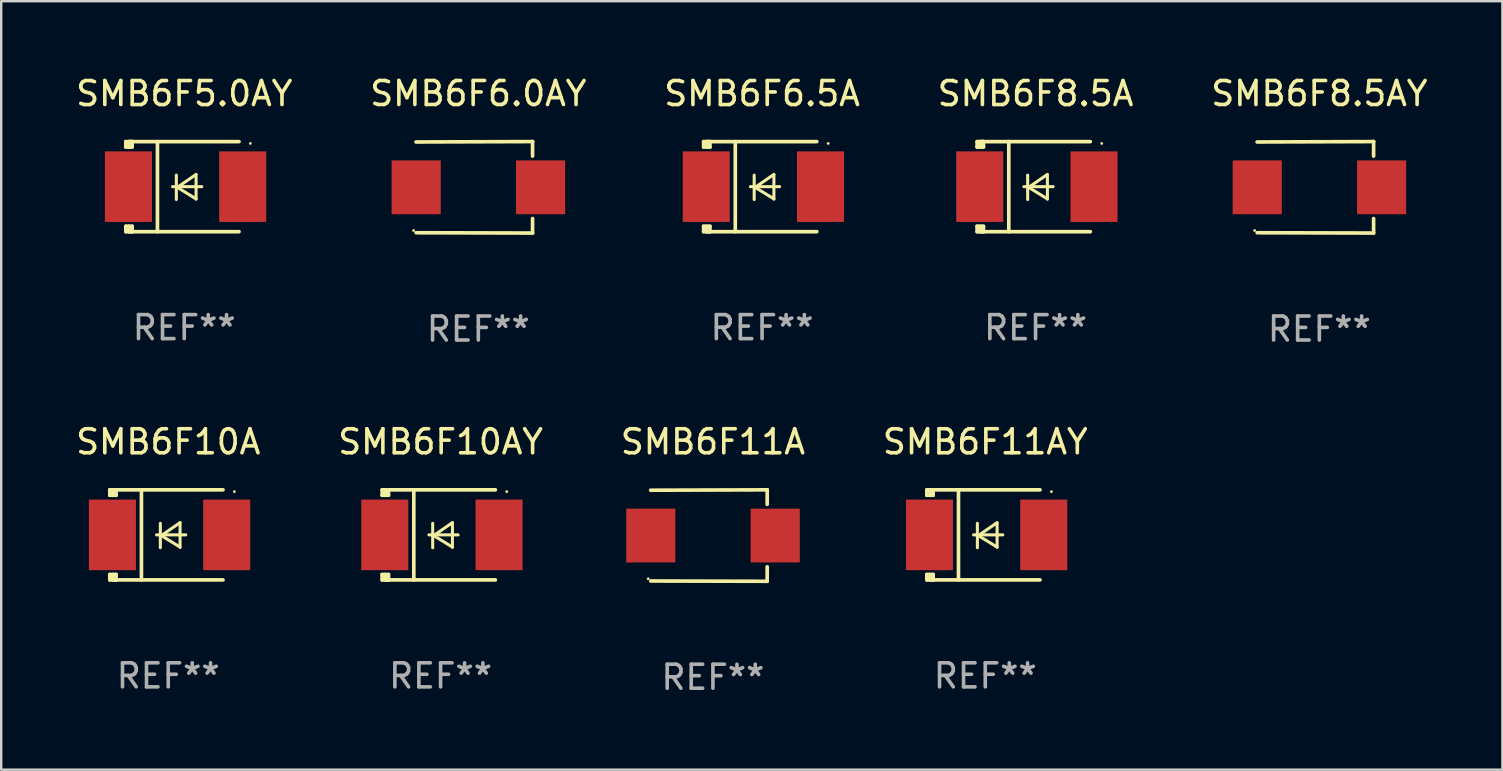
<source format=kicad_pcb>
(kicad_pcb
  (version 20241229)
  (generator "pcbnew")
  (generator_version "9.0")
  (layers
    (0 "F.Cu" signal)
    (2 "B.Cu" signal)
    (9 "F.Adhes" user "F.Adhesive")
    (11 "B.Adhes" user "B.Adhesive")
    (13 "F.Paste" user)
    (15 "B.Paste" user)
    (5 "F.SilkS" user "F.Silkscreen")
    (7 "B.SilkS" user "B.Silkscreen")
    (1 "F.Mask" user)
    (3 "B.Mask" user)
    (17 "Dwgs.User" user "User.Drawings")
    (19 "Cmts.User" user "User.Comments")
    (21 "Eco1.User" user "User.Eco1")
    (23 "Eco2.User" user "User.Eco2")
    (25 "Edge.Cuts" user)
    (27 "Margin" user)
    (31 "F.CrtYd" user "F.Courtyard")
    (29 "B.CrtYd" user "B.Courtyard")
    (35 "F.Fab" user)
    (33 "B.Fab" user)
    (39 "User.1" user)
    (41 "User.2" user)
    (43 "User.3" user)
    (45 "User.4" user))
  (footprint "SMB6F6.5A"
    (layer "F.Cu")
    (at 28.696 4.725)
    (property "Reference" "SMB6F6.5A" (at 0 -3.876 0) (layer "F.SilkS") (effects (font (size 1 1) (thickness 0.15))))
    (attr through_hole)
    (fp_line (start -2.435 1.65) (end -2.171 1.65) (stroke (width 0.152) (type solid)) (layer "F.SilkS"))
    (fp_line (start -2.435 1.876) (end -2.435 1.65) (stroke (width 0.152) (type solid)) (layer "F.SilkS"))
    (fp_line (start -2.435 -1.876) (end -2.171 -1.876) (stroke (width 0.152) (type solid)) (layer "F.SilkS"))
    (fp_line (start -2.435 -1.65) (end -2.435 -1.876) (stroke (width 0.152) (type solid)) (layer "F.SilkS"))
    (fp_line (start -2.305 -1.866) (end -2.295 -1.876) (stroke (width 0.152) (type solid)) (layer "F.SilkS"))
    (fp_line (start -2.305 -1.65) (end -2.305 -1.866) (stroke (width 0.152) (type solid)) (layer "F.SilkS"))
    (fp_line (start -2.305 1.876) (end -2.305 1.65) (stroke (width 0.152) (type solid)) (layer "F.SilkS"))
    (fp_line (start -2.295 -1.876) (end -2.295 -1.65) (stroke (width 0.152) (type solid)) (layer "F.SilkS"))
    (fp_line (start -2.171 1.876) (end -2.435 1.876) (stroke (width 0.152) (type solid)) (layer "F.SilkS"))
    (fp_line (start -2.171 -1.65) (end -2.435 -1.65) (stroke (width 0.152) (type solid)) (layer "F.SilkS"))
    (fp_line (start -2.171 -1.876) (end -2.295 -1.876) (stroke (width 0.152) (type solid)) (layer "F.SilkS"))
    (fp_line (start -2.171 -1.65) (end -2.171 -1.876) (stroke (width 0.152) (type solid)) (layer "F.SilkS"))
    (fp_line (start -2.171 1.876) (end -2.305 1.876) (stroke (width 0.152) (type solid)) (layer "F.SilkS"))
    (fp_line (start -2.171 1.876) (end -2.171 1.65) (stroke (width 0.152) (type solid)) (layer "F.SilkS"))
    (fp_line (start -1.116 1.876) (end -1.116 -1.876) (stroke (width 0.152) (type solid)) (layer "F.SilkS"))
    (fp_line (start -0.488 0.000102) (end 0.731 0.000102) (stroke (width 0.127) (type solid)) (layer "F.SilkS"))
    (fp_line (start -0.329 -0.48) (end -0.329 0.536) (stroke (width 0.127) (type solid)) (layer "F.SilkS"))
    (fp_line (start -0.29 0.03) (end 0.493 0.51) (stroke (width 0.127) (type solid)) (layer "F.SilkS"))
    (fp_line (start 0.493 -0.51) (end -0.29 0.03) (stroke (width 0.127) (type solid)) (layer "F.SilkS"))
    (fp_line (start 0.493 0.52) (end 0.493 -0.496) (stroke (width 0.127) (type solid)) (layer "F.SilkS"))
    (fp_line (start 2.281 -1.876) (end -2.171 -1.876) (stroke (width 0.152) (type solid)) (layer "F.SilkS"))
    (fp_line (start 2.281 1.876) (end -2.171 1.876) (stroke (width 0.152) (type solid)) (layer "F.SilkS"))
    (fp_circle (center 2.755 -1.8) (end 2.785 -1.8) (stroke (width 0.06) (type solid)) (fill no) (layer "F.SilkS"))
    (fp_text user "REF**" (at 0 5.876 0) (layer "F.Fab") (effects (font (size 1 1) (thickness 0.15))))
    (pad "1" smd rect (at 2.435 -0.000025 180) (size 1.96 2.94) (layers "F.Cu" "F.Mask" "F.Paste"))
    (pad "2" smd rect (at -2.325 -0.000025 180) (size 1.96 2.94) (layers "F.Cu" "F.Mask" "F.Paste")))
  (footprint "SMB6F5.0AY"
    (layer "F.Cu")
    (at 4.625 4.725)
    (property "Reference" "SMB6F5.0AY" (at 0 -3.876 0) (layer "F.SilkS") (effects (font (size 1 1) (thickness 0.15))))
    (attr through_hole)
    (fp_line (start -2.435 1.65) (end -2.171 1.65) (stroke (width 0.152) (type solid)) (layer "F.SilkS"))
    (fp_line (start -2.435 1.876) (end -2.435 1.65) (stroke (width 0.152) (type solid)) (layer "F.SilkS"))
    (fp_line (start -2.435 -1.876) (end -2.171 -1.876) (stroke (width 0.152) (type solid)) (layer "F.SilkS"))
    (fp_line (start -2.435 -1.65) (end -2.435 -1.876) (stroke (width 0.152) (type solid)) (layer "F.SilkS"))
    (fp_line (start -2.305 -1.866) (end -2.295 -1.876) (stroke (width 0.152) (type solid)) (layer "F.SilkS"))
    (fp_line (start -2.305 -1.65) (end -2.305 -1.866) (stroke (width 0.152) (type solid)) (layer "F.SilkS"))
    (fp_line (start -2.305 1.876) (end -2.305 1.65) (stroke (width 0.152) (type solid)) (layer "F.SilkS"))
    (fp_line (start -2.295 -1.876) (end -2.295 -1.65) (stroke (width 0.152) (type solid)) (layer "F.SilkS"))
    (fp_line (start -2.171 1.876) (end -2.435 1.876) (stroke (width 0.152) (type solid)) (layer "F.SilkS"))
    (fp_line (start -2.171 -1.65) (end -2.435 -1.65) (stroke (width 0.152) (type solid)) (layer "F.SilkS"))
    (fp_line (start -2.171 -1.876) (end -2.295 -1.876) (stroke (width 0.152) (type solid)) (layer "F.SilkS"))
    (fp_line (start -2.171 -1.65) (end -2.171 -1.876) (stroke (width 0.152) (type solid)) (layer "F.SilkS"))
    (fp_line (start -2.171 1.876) (end -2.305 1.876) (stroke (width 0.152) (type solid)) (layer "F.SilkS"))
    (fp_line (start -2.171 1.876) (end -2.171 1.65) (stroke (width 0.152) (type solid)) (layer "F.SilkS"))
    (fp_line (start -1.116 1.876) (end -1.116 -1.876) (stroke (width 0.152) (type solid)) (layer "F.SilkS"))
    (fp_line (start -0.488 0.000102) (end 0.731 0.000102) (stroke (width 0.127) (type solid)) (layer "F.SilkS"))
    (fp_line (start -0.329 -0.48) (end -0.329 0.536) (stroke (width 0.127) (type solid)) (layer "F.SilkS"))
    (fp_line (start -0.29 0.03) (end 0.493 0.51) (stroke (width 0.127) (type solid)) (layer "F.SilkS"))
    (fp_line (start 0.493 -0.51) (end -0.29 0.03) (stroke (width 0.127) (type solid)) (layer "F.SilkS"))
    (fp_line (start 0.493 0.52) (end 0.493 -0.496) (stroke (width 0.127) (type solid)) (layer "F.SilkS"))
    (fp_line (start 2.281 -1.876) (end -2.171 -1.876) (stroke (width 0.152) (type solid)) (layer "F.SilkS"))
    (fp_line (start 2.281 1.876) (end -2.171 1.876) (stroke (width 0.152) (type solid)) (layer "F.SilkS"))
    (fp_circle (center 2.755 -1.8) (end 2.785 -1.8) (stroke (width 0.06) (type solid)) (fill no) (layer "F.SilkS"))
    (fp_text user "REF**" (at 0 5.876 0) (layer "F.Fab") (effects (font (size 1 1) (thickness 0.15))))
    (pad "1" smd rect (at 2.435 -0.000025 180) (size 1.96 2.94) (layers "F.Cu" "F.Mask" "F.Paste"))
    (pad "2" smd rect (at -2.325 -0.000025 180) (size 1.96 2.94) (layers "F.Cu" "F.Mask" "F.Paste")))
  (footprint "SMB6F6.0AY"
    (layer "F.Cu")
    (at 16.875 4.753)
    (property "Reference" "SMB6F6.0AY" (at 0 -3.905 0) (layer "F.SilkS") (effects (font (size 1 1) (thickness 0.15))))
    (attr through_hole)
    (fp_line (start 2.256 -1.905) (end -2.594 -1.889) (stroke (width 0.152) (type solid)) (layer "F.SilkS"))
    (fp_line (start 2.256 -1.905) (end 2.26 -1.905) (stroke (width 0.152) (type solid)) (layer "F.SilkS"))
    (fp_line (start 2.26 -1.905) (end 2.26 -1.301) (stroke (width 0.152) (type solid)) (layer "F.SilkS"))
    (fp_line (start 2.26 1.301) (end 2.26 1.905) (stroke (width 0.152) (type solid)) (layer "F.SilkS"))
    (fp_line (start 2.26 1.905) (end -2.59 1.892) (stroke (width 0.152) (type solid)) (layer "F.SilkS"))
    (fp_circle (center -2.697 1.8) (end -2.667 1.8) (stroke (width 0.06) (type solid)) (fill no) (layer "F.SilkS"))
    (fp_text user "REF**" (at 0 5.905 0) (layer "F.Fab") (effects (font (size 1 1) (thickness 0.15))))
    (pad "1" smd rect (at -2.588 0) (size 2.047 2.241) (layers "F.Cu" "F.Mask" "F.Paste"))
    (pad "2" smd rect (at 2.594 0) (size 2.047 2.241) (layers "F.Cu" "F.Mask" "F.Paste")))
  (footprint "SMB6F11AY"
    (layer "F.Cu")
    (at 37.994 19.231)
    (property "Reference" "SMB6F11AY" (at 0 -3.876 0) (layer "F.SilkS") (effects (font (size 1 1) (thickness 0.15))))
    (attr through_hole)
    (fp_line (start -2.435 1.65) (end -2.171 1.65) (stroke (width 0.152) (type solid)) (layer "F.SilkS"))
    (fp_line (start -2.435 1.876) (end -2.435 1.65) (stroke (width 0.152) (type solid)) (layer "F.SilkS"))
    (fp_line (start -2.435 -1.876) (end -2.171 -1.876) (stroke (width 0.152) (type solid)) (layer "F.SilkS"))
    (fp_line (start -2.435 -1.65) (end -2.435 -1.876) (stroke (width 0.152) (type solid)) (layer "F.SilkS"))
    (fp_line (start -2.305 -1.866) (end -2.295 -1.876) (stroke (width 0.152) (type solid)) (layer "F.SilkS"))
    (fp_line (start -2.305 -1.65) (end -2.305 -1.866) (stroke (width 0.152) (type solid)) (layer "F.SilkS"))
    (fp_line (start -2.305 1.876) (end -2.305 1.65) (stroke (width 0.152) (type solid)) (layer "F.SilkS"))
    (fp_line (start -2.295 -1.876) (end -2.295 -1.65) (stroke (width 0.152) (type solid)) (layer "F.SilkS"))
    (fp_line (start -2.171 1.876) (end -2.435 1.876) (stroke (width 0.152) (type solid)) (layer "F.SilkS"))
    (fp_line (start -2.171 -1.65) (end -2.435 -1.65) (stroke (width 0.152) (type solid)) (layer "F.SilkS"))
    (fp_line (start -2.171 -1.876) (end -2.295 -1.876) (stroke (width 0.152) (type solid)) (layer "F.SilkS"))
    (fp_line (start -2.171 -1.65) (end -2.171 -1.876) (stroke (width 0.152) (type solid)) (layer "F.SilkS"))
    (fp_line (start -2.171 1.876) (end -2.305 1.876) (stroke (width 0.152) (type solid)) (layer "F.SilkS"))
    (fp_line (start -2.171 1.876) (end -2.171 1.65) (stroke (width 0.152) (type solid)) (layer "F.SilkS"))
    (fp_line (start -1.116 1.876) (end -1.116 -1.876) (stroke (width 0.152) (type solid)) (layer "F.SilkS"))
    (fp_line (start -0.488 0.000102) (end 0.731 0.000102) (stroke (width 0.127) (type solid)) (layer "F.SilkS"))
    (fp_line (start -0.329 -0.48) (end -0.329 0.536) (stroke (width 0.127) (type solid)) (layer "F.SilkS"))
    (fp_line (start -0.29 0.03) (end 0.493 0.51) (stroke (width 0.127) (type solid)) (layer "F.SilkS"))
    (fp_line (start 0.493 -0.51) (end -0.29 0.03) (stroke (width 0.127) (type solid)) (layer "F.SilkS"))
    (fp_line (start 0.493 0.52) (end 0.493 -0.496) (stroke (width 0.127) (type solid)) (layer "F.SilkS"))
    (fp_line (start 2.281 -1.876) (end -2.171 -1.876) (stroke (width 0.152) (type solid)) (layer "F.SilkS"))
    (fp_line (start 2.281 1.876) (end -2.171 1.876) (stroke (width 0.152) (type solid)) (layer "F.SilkS"))
    (fp_circle (center 2.755 -1.8) (end 2.785 -1.8) (stroke (width 0.06) (type solid)) (fill no) (layer "F.SilkS"))
    (fp_text user "REF**" (at 0 5.876 0) (layer "F.Fab") (effects (font (size 1 1) (thickness 0.15))))
    (pad "1" smd rect (at 2.435 -0.000025 180) (size 1.96 2.94) (layers "F.Cu" "F.Mask" "F.Paste"))
    (pad "2" smd rect (at -2.325 -0.000025 180) (size 1.96 2.94) (layers "F.Cu" "F.Mask" "F.Paste")))
  (footprint "SMB6F10AY"
    (layer "F.Cu")
    (at 15.304 19.231)
    (property "Reference" "SMB6F10AY" (at 0 -3.876 0) (layer "F.SilkS") (effects (font (size 1 1) (thickness 0.15))))
    (attr through_hole)
    (fp_line (start -2.435 1.65) (end -2.171 1.65) (stroke (width 0.152) (type solid)) (layer "F.SilkS"))
    (fp_line (start -2.435 1.876) (end -2.435 1.65) (stroke (width 0.152) (type solid)) (layer "F.SilkS"))
    (fp_line (start -2.435 -1.876) (end -2.171 -1.876) (stroke (width 0.152) (type solid)) (layer "F.SilkS"))
    (fp_line (start -2.435 -1.65) (end -2.435 -1.876) (stroke (width 0.152) (type solid)) (layer "F.SilkS"))
    (fp_line (start -2.305 -1.866) (end -2.295 -1.876) (stroke (width 0.152) (type solid)) (layer "F.SilkS"))
    (fp_line (start -2.305 -1.65) (end -2.305 -1.866) (stroke (width 0.152) (type solid)) (layer "F.SilkS"))
    (fp_line (start -2.305 1.876) (end -2.305 1.65) (stroke (width 0.152) (type solid)) (layer "F.SilkS"))
    (fp_line (start -2.295 -1.876) (end -2.295 -1.65) (stroke (width 0.152) (type solid)) (layer "F.SilkS"))
    (fp_line (start -2.171 1.876) (end -2.435 1.876) (stroke (width 0.152) (type solid)) (layer "F.SilkS"))
    (fp_line (start -2.171 -1.65) (end -2.435 -1.65) (stroke (width 0.152) (type solid)) (layer "F.SilkS"))
    (fp_line (start -2.171 -1.876) (end -2.295 -1.876) (stroke (width 0.152) (type solid)) (layer "F.SilkS"))
    (fp_line (start -2.171 -1.65) (end -2.171 -1.876) (stroke (width 0.152) (type solid)) (layer "F.SilkS"))
    (fp_line (start -2.171 1.876) (end -2.305 1.876) (stroke (width 0.152) (type solid)) (layer "F.SilkS"))
    (fp_line (start -2.171 1.876) (end -2.171 1.65) (stroke (width 0.152) (type solid)) (layer "F.SilkS"))
    (fp_line (start -1.116 1.876) (end -1.116 -1.876) (stroke (width 0.152) (type solid)) (layer "F.SilkS"))
    (fp_line (start -0.488 0.000102) (end 0.731 0.000102) (stroke (width 0.127) (type solid)) (layer "F.SilkS"))
    (fp_line (start -0.329 -0.48) (end -0.329 0.536) (stroke (width 0.127) (type solid)) (layer "F.SilkS"))
    (fp_line (start -0.29 0.03) (end 0.493 0.51) (stroke (width 0.127) (type solid)) (layer "F.SilkS"))
    (fp_line (start 0.493 -0.51) (end -0.29 0.03) (stroke (width 0.127) (type solid)) (layer "F.SilkS"))
    (fp_line (start 0.493 0.52) (end 0.493 -0.496) (stroke (width 0.127) (type solid)) (layer "F.SilkS"))
    (fp_line (start 2.281 -1.876) (end -2.171 -1.876) (stroke (width 0.152) (type solid)) (layer "F.SilkS"))
    (fp_line (start 2.281 1.876) (end -2.171 1.876) (stroke (width 0.152) (type solid)) (layer "F.SilkS"))
    (fp_circle (center 2.755 -1.8) (end 2.785 -1.8) (stroke (width 0.06) (type solid)) (fill no) (layer "F.SilkS"))
    (fp_text user "REF**" (at 0 5.876 0) (layer "F.Fab") (effects (font (size 1 1) (thickness 0.15))))
    (pad "1" smd rect (at 2.435 -0.000025 180) (size 1.96 2.94) (layers "F.Cu" "F.Mask" "F.Paste"))
    (pad "2" smd rect (at -2.325 -0.000025 180) (size 1.96 2.94) (layers "F.Cu" "F.Mask" "F.Paste")))
  (footprint "SMB6F10A"
    (layer "F.Cu")
    (at 3.958 19.231)
    (property "Reference" "SMB6F10A" (at 0 -3.876 0) (layer "F.SilkS") (effects (font (size 1 1) (thickness 0.15))))
    (attr through_hole)
    (fp_line (start -2.435 1.65) (end -2.171 1.65) (stroke (width 0.152) (type solid)) (layer "F.SilkS"))
    (fp_line (start -2.435 1.876) (end -2.435 1.65) (stroke (width 0.152) (type solid)) (layer "F.SilkS"))
    (fp_line (start -2.435 -1.876) (end -2.171 -1.876) (stroke (width 0.152) (type solid)) (layer "F.SilkS"))
    (fp_line (start -2.435 -1.65) (end -2.435 -1.876) (stroke (width 0.152) (type solid)) (layer "F.SilkS"))
    (fp_line (start -2.305 -1.866) (end -2.295 -1.876) (stroke (width 0.152) (type solid)) (layer "F.SilkS"))
    (fp_line (start -2.305 -1.65) (end -2.305 -1.866) (stroke (width 0.152) (type solid)) (layer "F.SilkS"))
    (fp_line (start -2.305 1.876) (end -2.305 1.65) (stroke (width 0.152) (type solid)) (layer "F.SilkS"))
    (fp_line (start -2.295 -1.876) (end -2.295 -1.65) (stroke (width 0.152) (type solid)) (layer "F.SilkS"))
    (fp_line (start -2.171 1.876) (end -2.435 1.876) (stroke (width 0.152) (type solid)) (layer "F.SilkS"))
    (fp_line (start -2.171 -1.65) (end -2.435 -1.65) (stroke (width 0.152) (type solid)) (layer "F.SilkS"))
    (fp_line (start -2.171 -1.876) (end -2.295 -1.876) (stroke (width 0.152) (type solid)) (layer "F.SilkS"))
    (fp_line (start -2.171 -1.65) (end -2.171 -1.876) (stroke (width 0.152) (type solid)) (layer "F.SilkS"))
    (fp_line (start -2.171 1.876) (end -2.305 1.876) (stroke (width 0.152) (type solid)) (layer "F.SilkS"))
    (fp_line (start -2.171 1.876) (end -2.171 1.65) (stroke (width 0.152) (type solid)) (layer "F.SilkS"))
    (fp_line (start -1.116 1.876) (end -1.116 -1.876) (stroke (width 0.152) (type solid)) (layer "F.SilkS"))
    (fp_line (start -0.488 0.000102) (end 0.731 0.000102) (stroke (width 0.127) (type solid)) (layer "F.SilkS"))
    (fp_line (start -0.329 -0.48) (end -0.329 0.536) (stroke (width 0.127) (type solid)) (layer "F.SilkS"))
    (fp_line (start -0.29 0.03) (end 0.493 0.51) (stroke (width 0.127) (type solid)) (layer "F.SilkS"))
    (fp_line (start 0.493 -0.51) (end -0.29 0.03) (stroke (width 0.127) (type solid)) (layer "F.SilkS"))
    (fp_line (start 0.493 0.52) (end 0.493 -0.496) (stroke (width 0.127) (type solid)) (layer "F.SilkS"))
    (fp_line (start 2.281 -1.876) (end -2.171 -1.876) (stroke (width 0.152) (type solid)) (layer "F.SilkS"))
    (fp_line (start 2.281 1.876) (end -2.171 1.876) (stroke (width 0.152) (type solid)) (layer "F.SilkS"))
    (fp_circle (center 2.755 -1.8) (end 2.785 -1.8) (stroke (width 0.06) (type solid)) (fill no) (layer "F.SilkS"))
    (fp_text user "REF**" (at 0 5.876 0) (layer "F.Fab") (effects (font (size 1 1) (thickness 0.15))))
    (pad "1" smd rect (at 2.435 -0.000025 180) (size 1.96 2.94) (layers "F.Cu" "F.Mask" "F.Paste"))
    (pad "2" smd rect (at -2.325 -0.000025 180) (size 1.96 2.94) (layers "F.Cu" "F.Mask" "F.Paste")))
  (footprint "SMB6F11A"
    (layer "F.Cu")
    (at 26.649 19.26)
    (property "Reference" "SMB6F11A" (at 0 -3.905 0) (layer "F.SilkS") (effects (font (size 1 1) (thickness 0.15))))
    (attr through_hole)
    (fp_line (start 2.256 -1.905) (end -2.594 -1.889) (stroke (width 0.152) (type solid)) (layer "F.SilkS"))
    (fp_line (start 2.256 -1.905) (end 2.26 -1.905) (stroke (width 0.152) (type solid)) (layer "F.SilkS"))
    (fp_line (start 2.26 -1.905) (end 2.26 -1.301) (stroke (width 0.152) (type solid)) (layer "F.SilkS"))
    (fp_line (start 2.26 1.301) (end 2.26 1.905) (stroke (width 0.152) (type solid)) (layer "F.SilkS"))
    (fp_line (start 2.26 1.905) (end -2.59 1.892) (stroke (width 0.152) (type solid)) (layer "F.SilkS"))
    (fp_circle (center -2.697 1.8) (end -2.667 1.8) (stroke (width 0.06) (type solid)) (fill no) (layer "F.SilkS"))
    (fp_text user "REF**" (at 0 5.905 0) (layer "F.Fab") (effects (font (size 1 1) (thickness 0.15))))
    (pad "1" smd rect (at -2.588 0) (size 2.047 2.241) (layers "F.Cu" "F.Mask" "F.Paste"))
    (pad "2" smd rect (at 2.594 0) (size 2.047 2.241) (layers "F.Cu" "F.Mask" "F.Paste")))
  (footprint "SMB6F8.5AY"
    (layer "F.Cu")
    (at 51.911 4.753)
    (property "Reference" "SMB6F8.5AY" (at 0 -3.905 0) (layer "F.SilkS") (effects (font (size 1 1) (thickness 0.15))))
    (attr through_hole)
    (fp_line (start 2.256 -1.905) (end -2.594 -1.889) (stroke (width 0.152) (type solid)) (layer "F.SilkS"))
    (fp_line (start 2.256 -1.905) (end 2.26 -1.905) (stroke (width 0.152) (type solid)) (layer "F.SilkS"))
    (fp_line (start 2.26 -1.905) (end 2.26 -1.301) (stroke (width 0.152) (type solid)) (layer "F.SilkS"))
    (fp_line (start 2.26 1.301) (end 2.26 1.905) (stroke (width 0.152) (type solid)) (layer "F.SilkS"))
    (fp_line (start 2.26 1.905) (end -2.59 1.892) (stroke (width 0.152) (type solid)) (layer "F.SilkS"))
    (fp_circle (center -2.697 1.8) (end -2.667 1.8) (stroke (width 0.06) (type solid)) (fill no) (layer "F.SilkS"))
    (fp_text user "REF**" (at 0 5.905 0) (layer "F.Fab") (effects (font (size 1 1) (thickness 0.15))))
    (pad "1" smd rect (at -2.588 0) (size 2.047 2.241) (layers "F.Cu" "F.Mask" "F.Paste"))
    (pad "2" smd rect (at 2.594 0) (size 2.047 2.241) (layers "F.Cu" "F.Mask" "F.Paste")))
  (footprint "SMB6F8.5A"
    (layer "F.Cu")
    (at 40.089 4.725)
    (property "Reference" "SMB6F8.5A" (at 0 -3.876 0) (layer "F.SilkS") (effects (font (size 1 1) (thickness 0.15))))
    (attr through_hole)
    (fp_line (start -2.435 1.65) (end -2.171 1.65) (stroke (width 0.152) (type solid)) (layer "F.SilkS"))
    (fp_line (start -2.435 1.876) (end -2.435 1.65) (stroke (width 0.152) (type solid)) (layer "F.SilkS"))
    (fp_line (start -2.435 -1.876) (end -2.171 -1.876) (stroke (width 0.152) (type solid)) (layer "F.SilkS"))
    (fp_line (start -2.435 -1.65) (end -2.435 -1.876) (stroke (width 0.152) (type solid)) (layer "F.SilkS"))
    (fp_line (start -2.305 -1.866) (end -2.295 -1.876) (stroke (width 0.152) (type solid)) (layer "F.SilkS"))
    (fp_line (start -2.305 -1.65) (end -2.305 -1.866) (stroke (width 0.152) (type solid)) (layer "F.SilkS"))
    (fp_line (start -2.305 1.876) (end -2.305 1.65) (stroke (width 0.152) (type solid)) (layer "F.SilkS"))
    (fp_line (start -2.295 -1.876) (end -2.295 -1.65) (stroke (width 0.152) (type solid)) (layer "F.SilkS"))
    (fp_line (start -2.171 1.876) (end -2.435 1.876) (stroke (width 0.152) (type solid)) (layer "F.SilkS"))
    (fp_line (start -2.171 -1.65) (end -2.435 -1.65) (stroke (width 0.152) (type solid)) (layer "F.SilkS"))
    (fp_line (start -2.171 -1.876) (end -2.295 -1.876) (stroke (width 0.152) (type solid)) (layer "F.SilkS"))
    (fp_line (start -2.171 -1.65) (end -2.171 -1.876) (stroke (width 0.152) (type solid)) (layer "F.SilkS"))
    (fp_line (start -2.171 1.876) (end -2.305 1.876) (stroke (width 0.152) (type solid)) (layer "F.SilkS"))
    (fp_line (start -2.171 1.876) (end -2.171 1.65) (stroke (width 0.152) (type solid)) (layer "F.SilkS"))
    (fp_line (start -1.116 1.876) (end -1.116 -1.876) (stroke (width 0.152) (type solid)) (layer "F.SilkS"))
    (fp_line (start -0.488 0.000102) (end 0.731 0.000102) (stroke (width 0.127) (type solid)) (layer "F.SilkS"))
    (fp_line (start -0.329 -0.48) (end -0.329 0.536) (stroke (width 0.127) (type solid)) (layer "F.SilkS"))
    (fp_line (start -0.29 0.03) (end 0.493 0.51) (stroke (width 0.127) (type solid)) (layer "F.SilkS"))
    (fp_line (start 0.493 -0.51) (end -0.29 0.03) (stroke (width 0.127) (type solid)) (layer "F.SilkS"))
    (fp_line (start 0.493 0.52) (end 0.493 -0.496) (stroke (width 0.127) (type solid)) (layer "F.SilkS"))
    (fp_line (start 2.281 -1.876) (end -2.171 -1.876) (stroke (width 0.152) (type solid)) (layer "F.SilkS"))
    (fp_line (start 2.281 1.876) (end -2.171 1.876) (stroke (width 0.152) (type solid)) (layer "F.SilkS"))
    (fp_circle (center 2.755 -1.8) (end 2.785 -1.8) (stroke (width 0.06) (type solid)) (fill no) (layer "F.SilkS"))
    (fp_text user "REF**" (at 0 5.876 0) (layer "F.Fab") (effects (font (size 1 1) (thickness 0.15))))
    (pad "1" smd rect (at 2.435 -0.000025 180) (size 1.96 2.94) (layers "F.Cu" "F.Mask" "F.Paste"))
    (pad "2" smd rect (at -2.325 -0.000025 180) (size 1.96 2.94) (layers "F.Cu" "F.Mask" "F.Paste")))
  (gr_rect
    (start -3 -3)
    (end 59.536 29.013)
    (stroke (width 0.1) (type default))
    (fill no)
    (layer "Edge.Cuts")))
</source>
